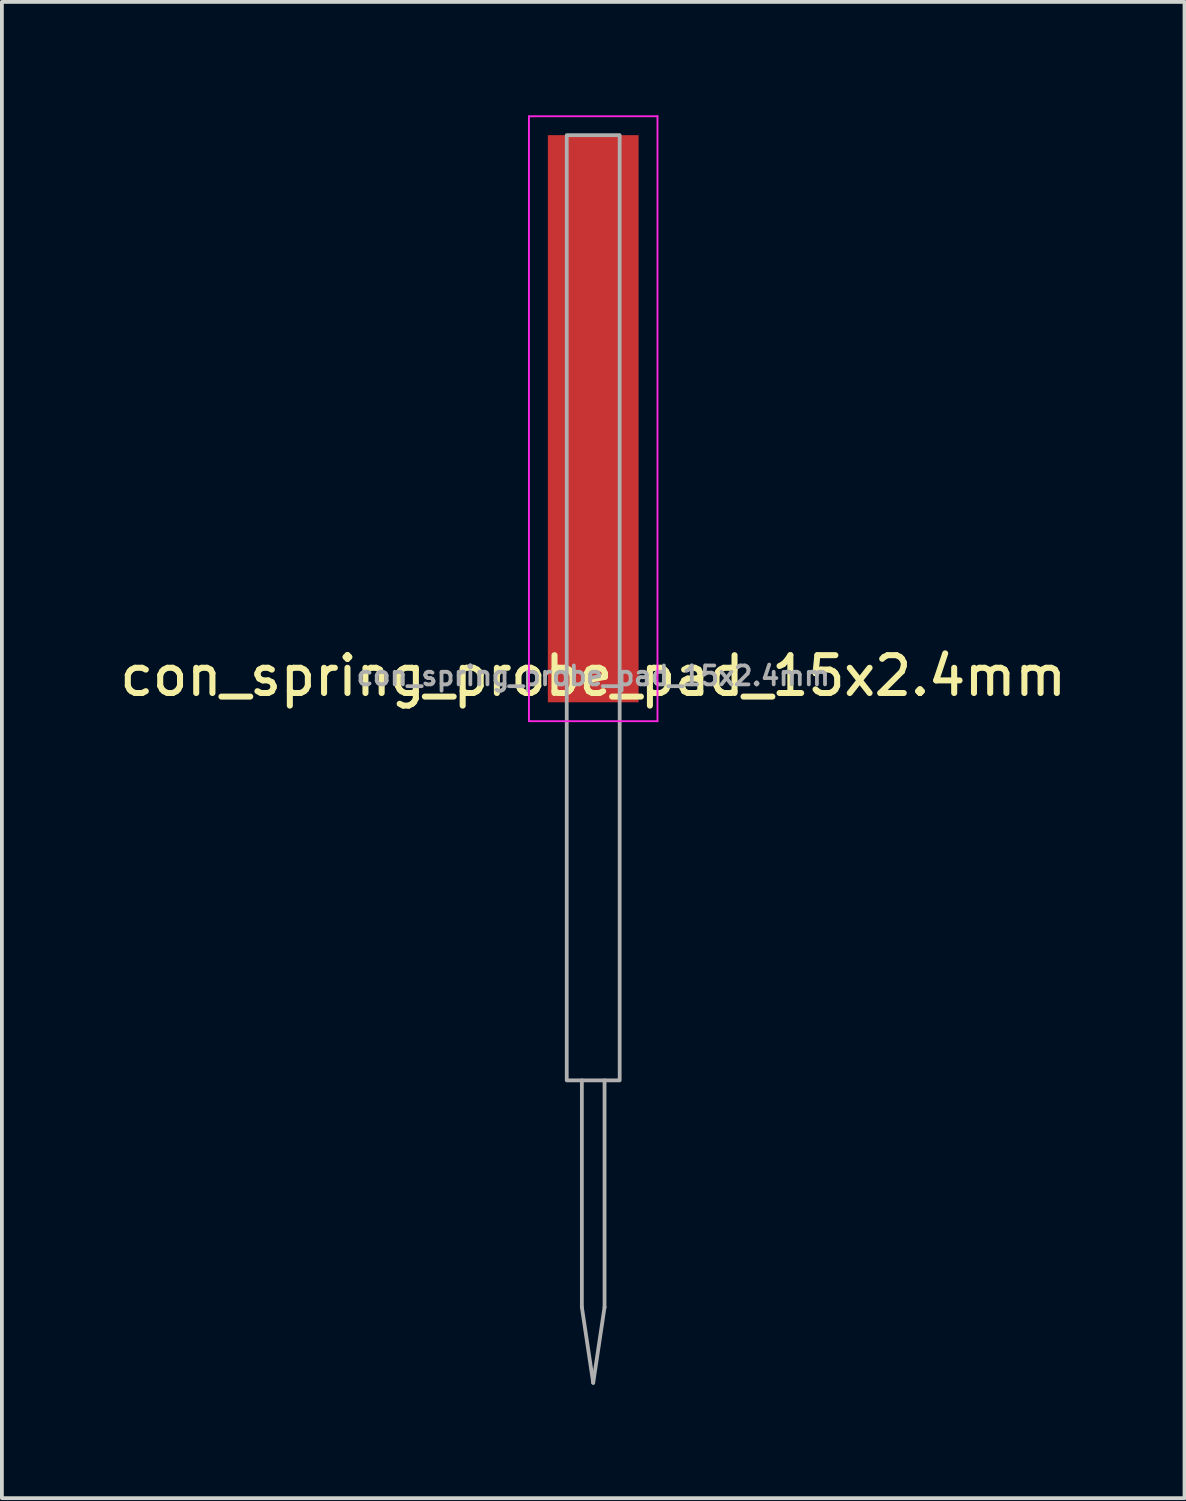
<source format=kicad_pcb>
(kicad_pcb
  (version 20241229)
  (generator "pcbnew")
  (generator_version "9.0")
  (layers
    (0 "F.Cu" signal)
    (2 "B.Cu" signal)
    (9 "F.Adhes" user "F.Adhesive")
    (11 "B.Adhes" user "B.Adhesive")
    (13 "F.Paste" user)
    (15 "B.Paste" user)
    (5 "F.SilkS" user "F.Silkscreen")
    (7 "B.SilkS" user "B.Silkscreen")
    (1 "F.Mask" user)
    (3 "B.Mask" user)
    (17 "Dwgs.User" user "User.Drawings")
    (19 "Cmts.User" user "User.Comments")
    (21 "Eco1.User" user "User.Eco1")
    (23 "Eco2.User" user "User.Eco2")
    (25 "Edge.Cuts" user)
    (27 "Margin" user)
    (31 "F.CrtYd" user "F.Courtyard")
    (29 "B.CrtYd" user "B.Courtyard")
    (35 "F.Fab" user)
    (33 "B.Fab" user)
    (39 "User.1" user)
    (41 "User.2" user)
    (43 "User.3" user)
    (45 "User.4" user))
  (footprint "con_spring_probe_pad_15x2.4mm"
    (layer "F.Cu")
    (at 12.64 16.025)
    (property "Reference" "con_spring_probe_pad_15x2.4mm" (at 0 -1.2 0) (layer "F.SilkS") (effects (font (size 1 1) (thickness 0.16))))
    (attr through_hole exclude_from_pos_files)
    (fp_line (start -1.7 -16) (end -1.7 0) (stroke (width 0.05) (type solid)) (layer "F.CrtYd"))
    (fp_line (start -1.7 0) (end 1.7 0) (stroke (width 0.05) (type solid)) (layer "F.CrtYd"))
    (fp_line (start 1.7 -16) (end -1.7 -16) (stroke (width 0.05) (type solid)) (layer "F.CrtYd"))
    (fp_line (start 1.7 0) (end 1.7 -16) (stroke (width 0.05) (type solid)) (layer "F.CrtYd"))
    (fp_line (start -0.3 9.5) (end -0.3 15.5) (stroke (width 0.1) (type default)) (layer "F.Fab"))
    (fp_line (start -0.3 15.5) (end 0 17.5) (stroke (width 0.1) (type default)) (layer "F.Fab"))
    (fp_line (start 0 17.5) (end 0.3 15.5) (stroke (width 0.1) (type default)) (layer "F.Fab"))
    (fp_line (start 0.3 15.5) (end 0.3 9.5) (stroke (width 0.1) (type default)) (layer "F.Fab"))
    (fp_rect (start -0.7 -15.5) (end 0.7 9.5) (stroke (width 0.1) (type default)) (fill no) (layer "F.Fab"))
    (fp_text user "${REFERENCE}" (at 0 -1.2 0) (layer "F.Fab") (effects (font (size 0.5 0.5) (thickness 0.1) (bold yes))))
    (pad "1" smd rect (at 0 -15) (size 2.4 15) (drill (offset 0 7)) (layers "F.Cu" "F.Mask" "F.Paste")))
  (gr_rect
    (start -3 -3)
    (end 28.28 36.575)
    (stroke (width 0.1) (type default))
    (fill no)
    (layer "Edge.Cuts")))
</source>
